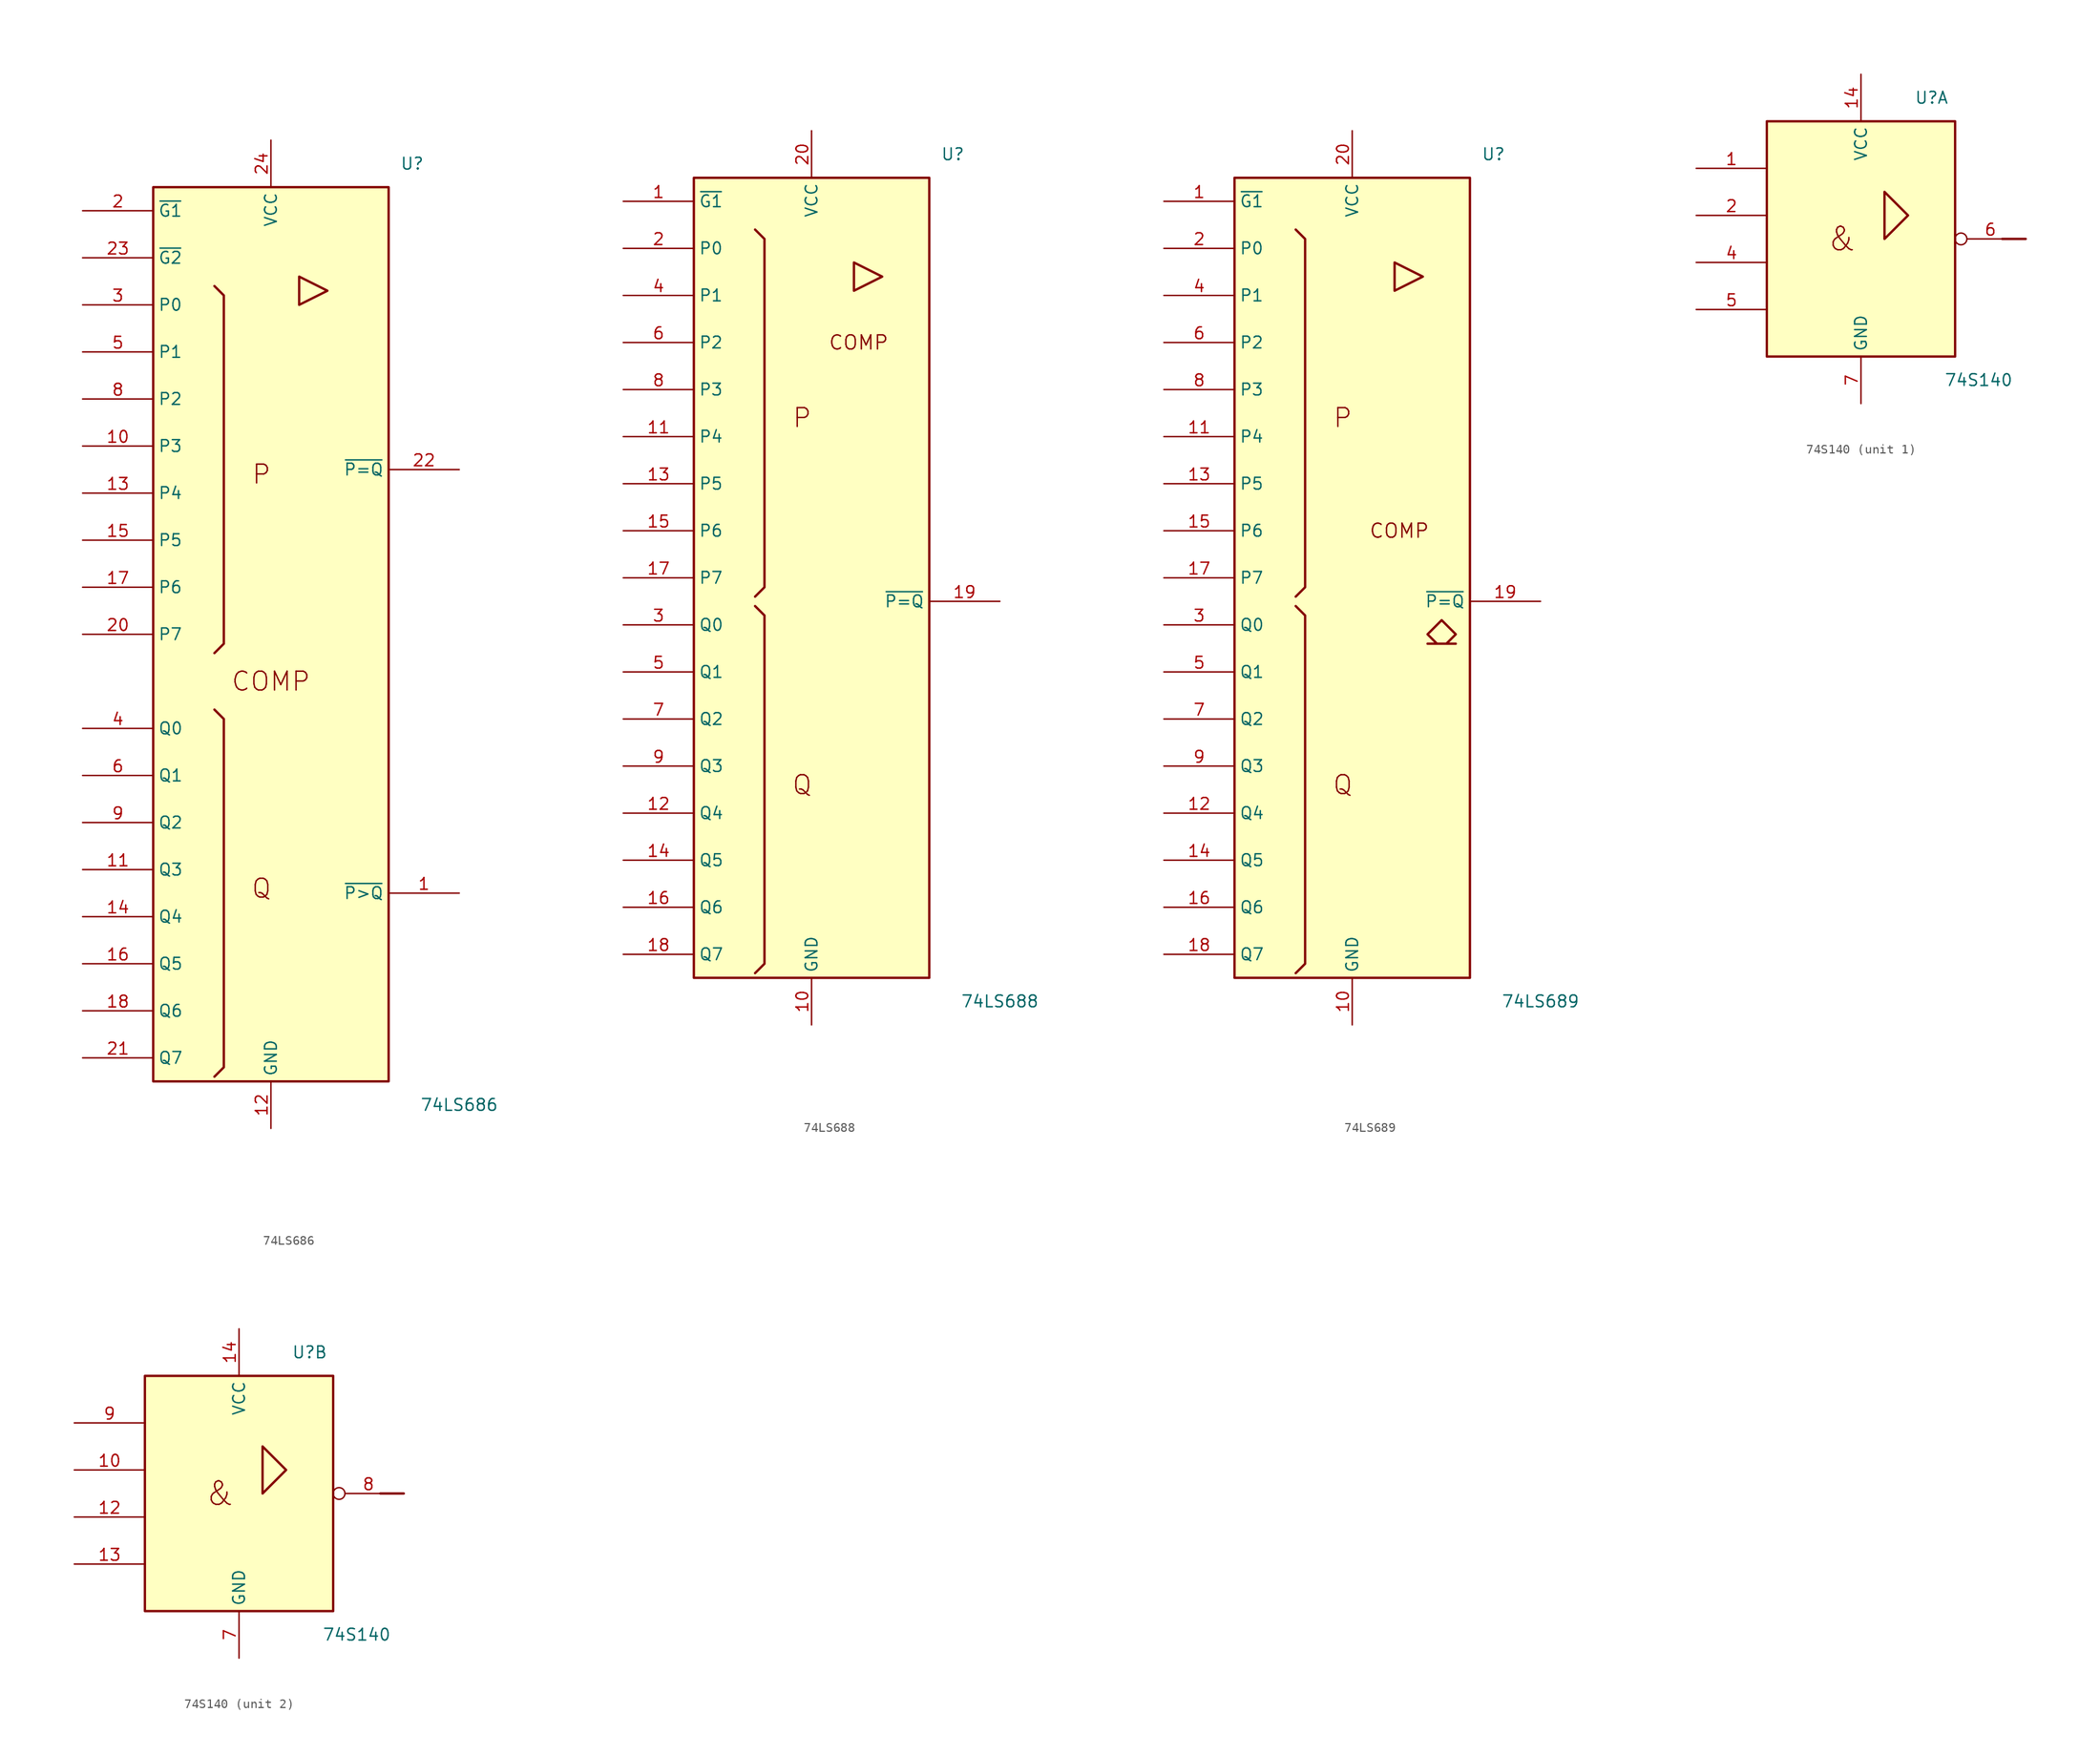
<source format=kicad_sym>
(kicad_symbol_lib
  (version 20231120)
  (generator "kicad_symbol_editor")
  (generator_version "8.0")
  (symbol "74LS686"
    (property "Reference" "U"
      (at 15.24 55.88 0)
      (effects (font (size 1.27 1.27))))
    (property "Value" "74LS686"
      (at 20.32 -45.72 0)
      (effects (font (size 1.27 1.27))))
    (symbol "74LS686_0_0"
      (rectangle (start -12.7 53.34) (end 12.7 -43.18) (stroke (width 0.254) (type default)) (fill (type background)))
      (polyline (pts (xy 3.048 43.688) (xy 3.048 40.64) (xy 6.096 42.164) (xy 3.048 43.688) (xy 3.048 43.688)) (stroke (width 0.254) (type default)) (fill (type background)))
      (text "COMP" (at 0 0 0) (effects (font (size 2.032 2.032))))
      (text "P" (at -1.016 22.352 0) (effects (font (size 2.032 2.032))))
      (text "Q" (at -1.016 -22.352 0) (effects (font (size 2.032 2.032)))))
    (symbol "74LS686_0_1"
      (polyline (pts (xy -6.096 -3.048) (xy -5.08 -4.064) (xy -5.08 -41.656) (xy -6.096 -42.672) (xy -6.096 -42.672)) (stroke (width 0.254) (type default)) (fill (type background)))
      (polyline (pts (xy -6.096 42.672) (xy -5.08 41.656) (xy -5.08 4.064) (xy -6.096 3.048) (xy -6.096 3.048)) (stroke (width 0.254) (type default)) (fill (type background))))
    (symbol "74LS686_1_1"
      (pin output line (at 20.32 -22.86 180) (length 7.62) (name "~{P>Q}" (effects (font (size 1.27 1.27)))) (number "1" (effects (font (size 1.27 1.27)))))
      (pin input line (at -20.32 25.4 0) (length 7.62) (name "P3" (effects (font (size 1.27 1.27)))) (number "10" (effects (font (size 1.27 1.27)))))
      (pin input line (at -20.32 -20.32 0) (length 7.62) (name "Q3" (effects (font (size 1.27 1.27)))) (number "11" (effects (font (size 1.27 1.27)))))
      (pin power_in line (at 0 -48.26 90) (length 5.08) (name "GND" (effects (font (size 1.27 1.27)))) (number "12" (effects (font (size 1.27 1.27)))))
      (pin input line (at -20.32 20.32 0) (length 7.62) (name "P4" (effects (font (size 1.27 1.27)))) (number "13" (effects (font (size 1.27 1.27)))))
      (pin input line (at -20.32 -25.4 0) (length 7.62) (name "Q4" (effects (font (size 1.27 1.27)))) (number "14" (effects (font (size 1.27 1.27)))))
      (pin input line (at -20.32 15.24 0) (length 7.62) (name "P5" (effects (font (size 1.27 1.27)))) (number "15" (effects (font (size 1.27 1.27)))))
      (pin input line (at -20.32 -30.48 0) (length 7.62) (name "Q5" (effects (font (size 1.27 1.27)))) (number "16" (effects (font (size 1.27 1.27)))))
      (pin input line (at -20.32 10.16 0) (length 7.62) (name "P6" (effects (font (size 1.27 1.27)))) (number "17" (effects (font (size 1.27 1.27)))))
      (pin input line (at -20.32 -35.56 0) (length 7.62) (name "Q6" (effects (font (size 1.27 1.27)))) (number "18" (effects (font (size 1.27 1.27)))))
      (pin input line (at -20.32 50.8 0) (length 7.62) (name "~{G1}" (effects (font (size 1.27 1.27)))) (number "2" (effects (font (size 1.27 1.27)))))
      (pin input line (at -20.32 5.08 0) (length 7.62) (name "P7" (effects (font (size 1.27 1.27)))) (number "20" (effects (font (size 1.27 1.27)))))
      (pin input line (at -20.32 -40.64 0) (length 7.62) (name "Q7" (effects (font (size 1.27 1.27)))) (number "21" (effects (font (size 1.27 1.27)))))
      (pin output line (at 20.32 22.86 180) (length 7.62) (name "~{P=Q}" (effects (font (size 1.27 1.27)))) (number "22" (effects (font (size 1.27 1.27)))))
      (pin input line (at -20.32 45.72 0) (length 7.62) (name "~{G2}" (effects (font (size 1.27 1.27)))) (number "23" (effects (font (size 1.27 1.27)))))
      (pin power_in line (at 0 58.42 270) (length 5.08) (name "VCC" (effects (font (size 1.27 1.27)))) (number "24" (effects (font (size 1.27 1.27)))))
      (pin input line (at -20.32 40.64 0) (length 7.62) (name "P0" (effects (font (size 1.27 1.27)))) (number "3" (effects (font (size 1.27 1.27)))))
      (pin input line (at -20.32 -5.08 0) (length 7.62) (name "Q0" (effects (font (size 1.27 1.27)))) (number "4" (effects (font (size 1.27 1.27)))))
      (pin input line (at -20.32 35.56 0) (length 7.62) (name "P1" (effects (font (size 1.27 1.27)))) (number "5" (effects (font (size 1.27 1.27)))))
      (pin input line (at -20.32 -10.16 0) (length 7.62) (name "Q1" (effects (font (size 1.27 1.27)))) (number "6" (effects (font (size 1.27 1.27)))))
      (pin input line (at -20.32 30.48 0) (length 7.62) (name "P2" (effects (font (size 1.27 1.27)))) (number "8" (effects (font (size 1.27 1.27)))))
      (pin input line (at -20.32 -15.24 0) (length 7.62) (name "Q2" (effects (font (size 1.27 1.27)))) (number "9" (effects (font (size 1.27 1.27)))))))
  (symbol "74LS688"
    (property "Reference" "U"
      (at 15.24 45.72 0)
      (effects (font (size 1.27 1.27))))
    (property "Value" "74LS688"
      (at 20.32 -45.72 0)
      (effects (font (size 1.27 1.27))))
    (symbol "74LS688_0_0"
      (polyline (pts (xy 4.572 34.036) (xy 4.572 30.988) (xy 7.62 32.512) (xy 4.572 34.036) (xy 4.572 34.036)) (stroke (width 0.254) (type default)) (fill (type background)))
      (text "COMP" (at 5.08 25.4 0) (effects (font (size 1.524 1.524))))
      (text "P" (at -1.016 17.272 0) (effects (font (size 2.032 2.032))))
      (text "Q" (at -1.016 -22.352 0) (effects (font (size 2.032 2.032)))))
    (symbol "74LS688_0_1"
      (rectangle (start -12.7 43.18) (end 12.7 -43.18) (stroke (width 0.254) (type default)) (fill (type background)))
      (polyline (pts (xy -6.096 -3.048) (xy -5.08 -4.064) (xy -5.08 -41.656) (xy -6.096 -42.672) (xy -6.096 -42.672)) (stroke (width 0.254) (type default)) (fill (type background)))
      (polyline (pts (xy -6.096 37.592) (xy -5.08 36.576) (xy -5.08 -1.016) (xy -6.096 -2.032) (xy -6.096 -2.032)) (stroke (width 0.254) (type default)) (fill (type background))))
    (symbol "74LS688_1_1"
      (pin output line (at -20.32 40.64 0) (length 7.62) (name "~{G1}" (effects (font (size 1.27 1.27)))) (number "1" (effects (font (size 1.27 1.27)))))
      (pin power_in line (at 0 -48.26 90) (length 5.08) (name "GND" (effects (font (size 1.27 1.27)))) (number "10" (effects (font (size 1.27 1.27)))))
      (pin input line (at -20.32 15.24 0) (length 7.62) (name "P4" (effects (font (size 1.27 1.27)))) (number "11" (effects (font (size 1.27 1.27)))))
      (pin input line (at -20.32 -25.4 0) (length 7.62) (name "Q4" (effects (font (size 1.27 1.27)))) (number "12" (effects (font (size 1.27 1.27)))))
      (pin input line (at -20.32 10.16 0) (length 7.62) (name "P5" (effects (font (size 1.27 1.27)))) (number "13" (effects (font (size 1.27 1.27)))))
      (pin input line (at -20.32 -30.48 0) (length 7.62) (name "Q5" (effects (font (size 1.27 1.27)))) (number "14" (effects (font (size 1.27 1.27)))))
      (pin input line (at -20.32 5.08 0) (length 7.62) (name "P6" (effects (font (size 1.27 1.27)))) (number "15" (effects (font (size 1.27 1.27)))))
      (pin input line (at -20.32 -35.56 0) (length 7.62) (name "Q6" (effects (font (size 1.27 1.27)))) (number "16" (effects (font (size 1.27 1.27)))))
      (pin input line (at -20.32 0 0) (length 7.62) (name "P7" (effects (font (size 1.27 1.27)))) (number "17" (effects (font (size 1.27 1.27)))))
      (pin input line (at -20.32 -40.64 0) (length 7.62) (name "Q7" (effects (font (size 1.27 1.27)))) (number "18" (effects (font (size 1.27 1.27)))))
      (pin output line (at 20.32 -2.54 180) (length 7.62) (name "~{P=Q}" (effects (font (size 1.27 1.27)))) (number "19" (effects (font (size 1.27 1.27)))))
      (pin input line (at -20.32 35.56 0) (length 7.62) (name "P0" (effects (font (size 1.27 1.27)))) (number "2" (effects (font (size 1.27 1.27)))))
      (pin power_in line (at 0 48.26 270) (length 5.08) (name "VCC" (effects (font (size 1.27 1.27)))) (number "20" (effects (font (size 1.27 1.27)))))
      (pin input line (at -20.32 -5.08 0) (length 7.62) (name "Q0" (effects (font (size 1.27 1.27)))) (number "3" (effects (font (size 1.27 1.27)))))
      (pin input line (at -20.32 30.48 0) (length 7.62) (name "P1" (effects (font (size 1.27 1.27)))) (number "4" (effects (font (size 1.27 1.27)))))
      (pin input line (at -20.32 -10.16 0) (length 7.62) (name "Q1" (effects (font (size 1.27 1.27)))) (number "5" (effects (font (size 1.27 1.27)))))
      (pin input line (at -20.32 25.4 0) (length 7.62) (name "P2" (effects (font (size 1.27 1.27)))) (number "6" (effects (font (size 1.27 1.27)))))
      (pin input line (at -20.32 -15.24 0) (length 7.62) (name "Q2" (effects (font (size 1.27 1.27)))) (number "7" (effects (font (size 1.27 1.27)))))
      (pin input line (at -20.32 20.32 0) (length 7.62) (name "P3" (effects (font (size 1.27 1.27)))) (number "8" (effects (font (size 1.27 1.27)))))
      (pin input line (at -20.32 -20.32 0) (length 7.62) (name "Q3" (effects (font (size 1.27 1.27)))) (number "9" (effects (font (size 1.27 1.27)))))))
  (symbol "74LS689"
    (property "Reference" "U"
      (at 15.24 45.72 0)
      (effects (font (size 1.27 1.27))))
    (property "Value" "74LS689"
      (at 20.32 -45.72 0)
      (effects (font (size 1.27 1.27))))
    (symbol "74LS689_0_0"
      (polyline (pts (xy 4.572 34.036) (xy 4.572 30.988) (xy 7.62 32.512) (xy 4.572 34.036) (xy 4.572 34.036)) (stroke (width 0.254) (type default)) (fill (type background)))
      (polyline (pts (xy 9.652 -4.572) (xy 11.176 -6.096) (xy 10.16 -7.112) (xy 11.176 -7.112) (xy 8.128 -7.112) (xy 9.144 -7.112) (xy 8.128 -6.096) (xy 9.652 -4.572) (xy 9.652 -4.572)) (stroke (width 0.254) (type default)) (fill (type background)))
      (text "COMP" (at 5.08 5.08 0) (effects (font (size 1.524 1.524))))
      (text "P" (at -1.016 17.272 0) (effects (font (size 2.032 2.032))))
      (text "Q" (at -1.016 -22.352 0) (effects (font (size 2.032 2.032)))))
    (symbol "74LS689_0_1"
      (rectangle (start -12.7 43.18) (end 12.7 -43.18) (stroke (width 0.254) (type default)) (fill (type background)))
      (polyline (pts (xy -6.096 -3.048) (xy -5.08 -4.064) (xy -5.08 -41.656) (xy -6.096 -42.672) (xy -6.096 -42.672)) (stroke (width 0.254) (type default)) (fill (type background)))
      (polyline (pts (xy -6.096 37.592) (xy -5.08 36.576) (xy -5.08 -1.016) (xy -6.096 -2.032) (xy -6.096 -2.032)) (stroke (width 0.254) (type default)) (fill (type background))))
    (symbol "74LS689_1_1"
      (pin output line (at -20.32 40.64 0) (length 7.62) (name "~{G1}" (effects (font (size 1.27 1.27)))) (number "1" (effects (font (size 1.27 1.27)))))
      (pin power_in line (at 0 -48.26 90) (length 5.08) (name "GND" (effects (font (size 1.27 1.27)))) (number "10" (effects (font (size 1.27 1.27)))))
      (pin input line (at -20.32 15.24 0) (length 7.62) (name "P4" (effects (font (size 1.27 1.27)))) (number "11" (effects (font (size 1.27 1.27)))))
      (pin input line (at -20.32 -25.4 0) (length 7.62) (name "Q4" (effects (font (size 1.27 1.27)))) (number "12" (effects (font (size 1.27 1.27)))))
      (pin input line (at -20.32 10.16 0) (length 7.62) (name "P5" (effects (font (size 1.27 1.27)))) (number "13" (effects (font (size 1.27 1.27)))))
      (pin input line (at -20.32 -30.48 0) (length 7.62) (name "Q5" (effects (font (size 1.27 1.27)))) (number "14" (effects (font (size 1.27 1.27)))))
      (pin input line (at -20.32 5.08 0) (length 7.62) (name "P6" (effects (font (size 1.27 1.27)))) (number "15" (effects (font (size 1.27 1.27)))))
      (pin input line (at -20.32 -35.56 0) (length 7.62) (name "Q6" (effects (font (size 1.27 1.27)))) (number "16" (effects (font (size 1.27 1.27)))))
      (pin input line (at -20.32 0 0) (length 7.62) (name "P7" (effects (font (size 1.27 1.27)))) (number "17" (effects (font (size 1.27 1.27)))))
      (pin input line (at -20.32 -40.64 0) (length 7.62) (name "Q7" (effects (font (size 1.27 1.27)))) (number "18" (effects (font (size 1.27 1.27)))))
      (pin output line (at 20.32 -2.54 180) (length 7.62) (name "~{P=Q}" (effects (font (size 1.27 1.27)))) (number "19" (effects (font (size 1.27 1.27)))))
      (pin input line (at -20.32 35.56 0) (length 7.62) (name "P0" (effects (font (size 1.27 1.27)))) (number "2" (effects (font (size 1.27 1.27)))))
      (pin power_in line (at 0 48.26 270) (length 5.08) (name "VCC" (effects (font (size 1.27 1.27)))) (number "20" (effects (font (size 1.27 1.27)))))
      (pin input line (at -20.32 -5.08 0) (length 7.62) (name "Q0" (effects (font (size 1.27 1.27)))) (number "3" (effects (font (size 1.27 1.27)))))
      (pin input line (at -20.32 30.48 0) (length 7.62) (name "P1" (effects (font (size 1.27 1.27)))) (number "4" (effects (font (size 1.27 1.27)))))
      (pin input line (at -20.32 -10.16 0) (length 7.62) (name "Q1" (effects (font (size 1.27 1.27)))) (number "5" (effects (font (size 1.27 1.27)))))
      (pin input line (at -20.32 25.4 0) (length 7.62) (name "P2" (effects (font (size 1.27 1.27)))) (number "6" (effects (font (size 1.27 1.27)))))
      (pin input line (at -20.32 -15.24 0) (length 7.62) (name "Q2" (effects (font (size 1.27 1.27)))) (number "7" (effects (font (size 1.27 1.27)))))
      (pin input line (at -20.32 20.32 0) (length 7.62) (name "P3" (effects (font (size 1.27 1.27)))) (number "8" (effects (font (size 1.27 1.27)))))
      (pin input line (at -20.32 -20.32 0) (length 7.62) (name "Q3" (effects (font (size 1.27 1.27)))) (number "9" (effects (font (size 1.27 1.27)))))))
  (symbol "74S140"
    (property "Reference" "U"
      (at 7.62 15.24 0)
      (effects (font (size 1.27 1.27))))
    (property "Value" "74S140"
      (at 12.7 -15.24 0)
      (effects (font (size 1.27 1.27))))
    (symbol "74S140_0_0"
      (rectangle (start -10.16 12.7) (end 10.16 -12.7) (stroke (width 0.254) (type default)) (fill (type background)))
      (polyline (pts (xy 2.54 0) (xy 2.54 5.08) (xy 5.08 2.54) (xy 2.54 0) (xy 2.54 0)) (stroke (width 0.254) (type default)) (fill (type background)))
      (text "&" (at -2.032 0 0) (effects (font (size 2.54 2.54)))))
    (symbol "74S140_0_1"
      (rectangle (start 17.78 0) (end 15.24 0) (stroke (width 0.254) (type default)) (fill (type background)))
      (pin power_in line (at 0 17.78 270) (length 5.08) (name "VCC" (effects (font (size 1.27 1.27)))) (number "14" (effects (font (size 1.27 1.27)))))
      (pin power_in line (at 0 -17.78 90) (length 5.08) (name "GND" (effects (font (size 1.27 1.27)))) (number "7" (effects (font (size 1.27 1.27))))))
    (symbol "74S140_1_1"
      (pin input line (at -17.78 7.62 0) (length 7.62) (name "~" (effects (font (size 1.27 1.27)))) (number "1" (effects (font (size 1.27 1.27)))))
      (pin input line (at -17.78 2.54 0) (length 7.62) (name "~" (effects (font (size 1.27 1.27)))) (number "2" (effects (font (size 1.27 1.27)))))
      (pin input line (at -17.78 -2.54 0) (length 7.62) (name "~" (effects (font (size 1.27 1.27)))) (number "4" (effects (font (size 1.27 1.27)))))
      (pin input line (at -17.78 -7.62 0) (length 7.62) (name "~" (effects (font (size 1.27 1.27)))) (number "5" (effects (font (size 1.27 1.27)))))
      (pin output inverted (at 17.78 0 180) (length 7.62) (name "~" (effects (font (size 1.27 1.27)))) (number "6" (effects (font (size 1.27 1.27))))))
    (symbol "74S140_2_1"
      (pin input line (at -17.78 2.54 0) (length 7.62) (name "~" (effects (font (size 1.27 1.27)))) (number "10" (effects (font (size 1.27 1.27)))))
      (pin input line (at -17.78 -2.54 0) (length 7.62) (name "~" (effects (font (size 1.27 1.27)))) (number "12" (effects (font (size 1.27 1.27)))))
      (pin input line (at -17.78 -7.62 0) (length 7.62) (name "~" (effects (font (size 1.27 1.27)))) (number "13" (effects (font (size 1.27 1.27)))))
      (pin output inverted (at 17.78 0 180) (length 7.62) (name "~" (effects (font (size 1.27 1.27)))) (number "8" (effects (font (size 1.27 1.27)))))
      (pin input line (at -17.78 7.62 0) (length 7.62) (name "~" (effects (font (size 1.27 1.27)))) (number "9" (effects (font (size 1.27 1.27))))))))
</source>
